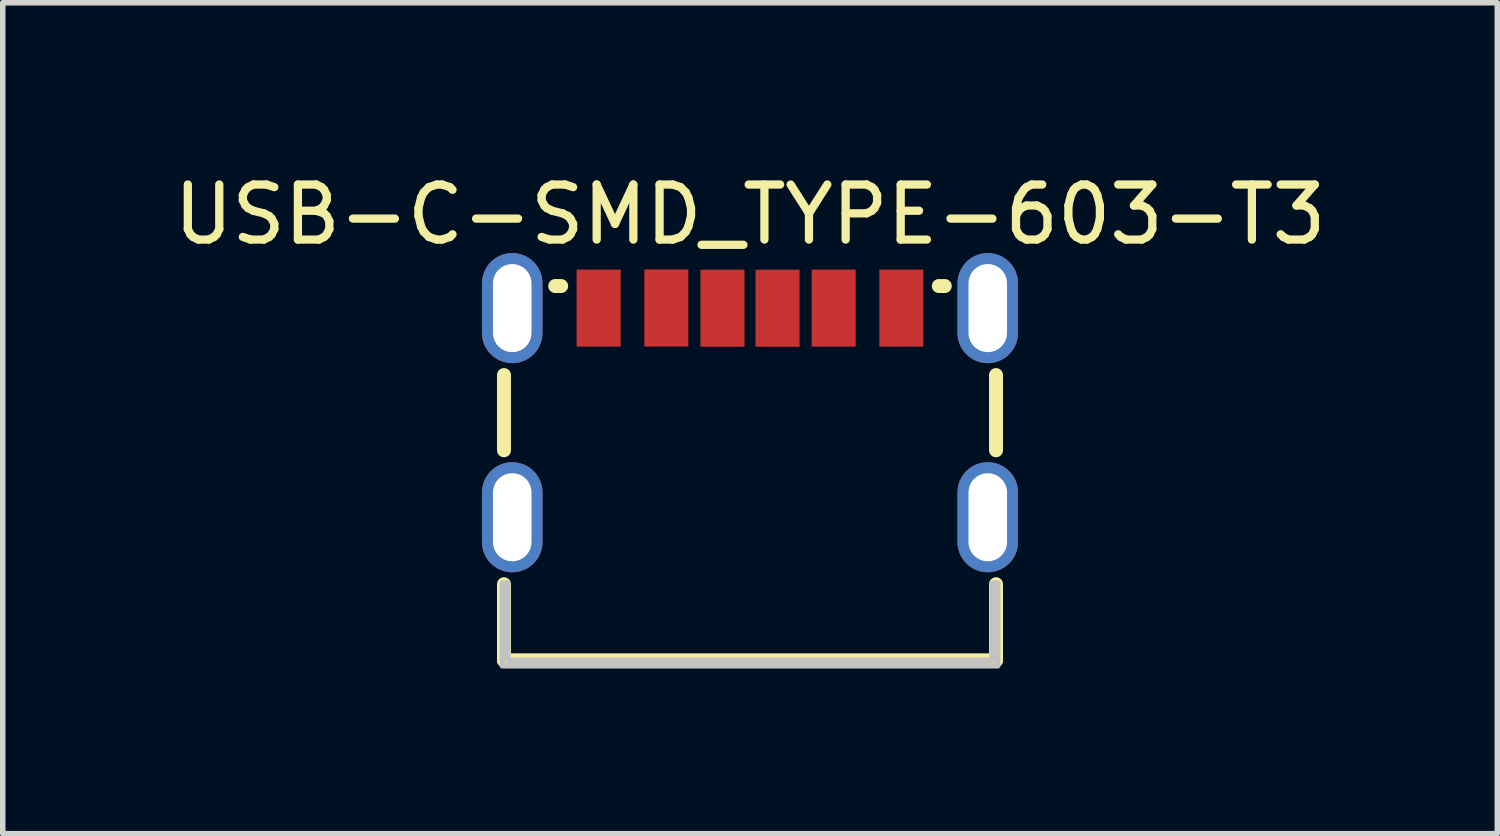
<source format=kicad_pcb>
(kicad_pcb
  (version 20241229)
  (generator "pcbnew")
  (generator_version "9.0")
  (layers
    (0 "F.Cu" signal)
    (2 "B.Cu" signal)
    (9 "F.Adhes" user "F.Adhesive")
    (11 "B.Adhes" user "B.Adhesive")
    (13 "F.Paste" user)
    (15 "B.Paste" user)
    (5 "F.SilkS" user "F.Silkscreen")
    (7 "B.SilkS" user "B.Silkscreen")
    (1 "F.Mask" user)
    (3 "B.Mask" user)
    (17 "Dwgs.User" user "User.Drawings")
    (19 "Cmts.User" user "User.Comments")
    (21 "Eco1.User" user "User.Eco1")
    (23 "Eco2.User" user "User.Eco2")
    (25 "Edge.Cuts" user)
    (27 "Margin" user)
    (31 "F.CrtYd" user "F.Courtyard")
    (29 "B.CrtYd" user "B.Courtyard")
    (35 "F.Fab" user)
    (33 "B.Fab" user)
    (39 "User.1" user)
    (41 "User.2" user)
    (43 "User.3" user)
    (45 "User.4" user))
  (footprint "USB-C-SMD_TYPE-603-T3"
    (layer "F.Cu")
    (at 10.577 4.447)
    (property "Reference" "USB-C-SMD_TYPE-603-T3" (at 0 -3.599 0) (unlocked yes) (layer "F.SilkS") (effects (font (size 1 1) (thickness 0.15))))
    (fp_line (start -4.47 0.684) (end -4.47 -0.682) (stroke (width 0.254) (type default)) (layer "F.SilkS"))
    (fp_line (start -4.47 4.501) (end -4.47 3.118) (stroke (width 0.254) (type default)) (layer "F.SilkS"))
    (fp_line (start -3.539 -2.3) (end -3.431 -2.3) (stroke (width 0.254) (type default)) (layer "F.SilkS"))
    (fp_line (start 3.431 -2.3) (end 3.539 -2.3) (stroke (width 0.254) (type default)) (layer "F.SilkS"))
    (fp_line (start 4.47 0.684) (end 4.47 -0.682) (stroke (width 0.254) (type default)) (layer "F.SilkS"))
    (fp_line (start 4.47 4.501) (end -4.47 4.501) (stroke (width 0.254) (type default)) (layer "F.SilkS"))
    (fp_line (start 4.47 4.501) (end 4.47 3.118) (stroke (width 0.254) (type default)) (layer "F.SilkS"))
    (fp_poly (pts (xy -3.15 -2.599) (xy -2.35 -2.599) (xy -2.35 -1.199) (xy -3.15 -1.199)) (stroke (width 0) (type default)) (fill yes) (layer "F.Paste"))
    (fp_poly (pts (xy -1.92 -2.601) (xy -1.12 -2.601) (xy -1.12 -1.201) (xy -1.92 -1.201)) (stroke (width 0) (type default)) (fill yes) (layer "F.Paste"))
    (fp_poly (pts (xy -0.9 -2.597) (xy -0.1 -2.597) (xy -0.1 -1.197) (xy -0.9 -1.197)) (stroke (width 0) (type default)) (fill yes) (layer "F.Paste"))
    (fp_poly (pts (xy 0.1 -2.597) (xy 0.9 -2.597) (xy 0.9 -1.197) (xy 0.1 -1.197)) (stroke (width 0) (type default)) (fill yes) (layer "F.Paste"))
    (fp_poly (pts (xy 1.12 -2.599) (xy 1.92 -2.599) (xy 1.92 -1.198) (xy 1.12 -1.198)) (stroke (width 0) (type default)) (fill yes) (layer "F.Paste"))
    (fp_poly (pts (xy 2.35 -2.599) (xy 3.15 -2.599) (xy 3.15 -1.199) (xy 2.35 -1.199)) (stroke (width 0) (type default)) (fill yes) (layer "F.Paste"))
    (fp_poly (pts (xy -4.279 -2.897) (xy -4.306 -2.899) (xy -4.333 -2.899) (xy -4.361 -2.897) (xy -4.388 -2.895) (xy -4.415 -2.891) (xy -4.442 -2.885) (xy -4.469 -2.878) (xy -4.495 -2.87) (xy -4.521 -2.861) (xy -4.546 -2.85) (xy -4.571 -2.838) (xy -4.595 -2.825) (xy -4.619 -2.811) (xy -4.641 -2.796) (xy -4.663 -2.779) (xy -4.684 -2.761) (xy -4.704 -2.743) (xy -4.723 -2.724) (xy -4.742 -2.703) (xy -4.758 -2.682) (xy -4.774 -2.659) (xy -4.79 -2.636) (xy -4.803 -2.612) (xy -4.816 -2.588) (xy -4.827 -2.563) (xy -4.837 -2.538) (xy -4.846 -2.511) (xy -4.853 -2.485) (xy -4.859 -2.458) (xy -4.864 -2.431) (xy -4.867 -2.404) (xy -4.87 -2.377) (xy -4.87 -2.349) (xy -4.87 -1.449) (xy -4.87 -1.421) (xy -4.867 -1.395) (xy -4.864 -1.367) (xy -4.859 -1.34) (xy -4.853 -1.313) (xy -4.846 -1.287) (xy -4.837 -1.261) (xy -4.827 -1.236) (xy -4.816 -1.21) (xy -4.803 -1.186) (xy -4.79 -1.163) (xy -4.774 -1.139) (xy -4.758 -1.117) (xy -4.742 -1.095) (xy -4.723 -1.075) (xy -4.704 -1.056) (xy -4.684 -1.037) (xy -4.663 -1.019) (xy -4.641 -1.002) (xy -4.619 -0.987) (xy -4.595 -0.973) (xy -4.571 -0.96) (xy -4.546 -0.948) (xy -4.521 -0.937) (xy -4.495 -0.928) (xy -4.469 -0.919) (xy -4.442 -0.913) (xy -4.415 -0.907) (xy -4.388 -0.903) (xy -4.361 -0.9) (xy -4.333 -0.899) (xy -4.306 -0.899) (xy -4.279 -0.9) (xy -4.252 -0.903) (xy -4.224 -0.907) (xy -4.197 -0.913) (xy -4.171 -0.919) (xy -4.145 -0.928) (xy -4.119 -0.937) (xy -4.094 -0.948) (xy -4.069 -0.96) (xy -4.045 -0.973) (xy -4.021 -0.987) (xy -3.999 -1.002) (xy -3.977 -1.019) (xy -3.956 -1.037) (xy -3.936 -1.056) (xy -3.917 -1.075) (xy -3.898 -1.095) (xy -3.881 -1.117) (xy -3.865 -1.139) (xy -3.85 -1.163) (xy -3.837 -1.186) (xy -3.825 -1.21) (xy -3.813 -1.236) (xy -3.803 -1.261) (xy -3.795 -1.287) (xy -3.787 -1.313) (xy -3.781 -1.34) (xy -3.776 -1.367) (xy -3.773 -1.395) (xy -3.771 -1.421) (xy -3.77 -1.449) (xy -3.77 -2.349) (xy -3.771 -2.377) (xy -3.773 -2.404) (xy -3.776 -2.431) (xy -3.781 -2.458) (xy -3.787 -2.485) (xy -3.795 -2.511) (xy -3.803 -2.538) (xy -3.813 -2.563) (xy -3.825 -2.588) (xy -3.837 -2.612) (xy -3.85 -2.636) (xy -3.865 -2.659) (xy -3.881 -2.682) (xy -3.898 -2.703) (xy -3.917 -2.724) (xy -3.936 -2.743) (xy -3.956 -2.761) (xy -3.977 -2.779) (xy -3.999 -2.796) (xy -4.021 -2.811) (xy -4.045 -2.825) (xy -4.069 -2.838) (xy -4.094 -2.85) (xy -4.119 -2.861) (xy -4.145 -2.87) (xy -4.171 -2.878) (xy -4.197 -2.885) (xy -4.224 -2.891) (xy -4.252 -2.895)) (stroke (width 0) (type default)) (fill yes) (layer "F.Paste"))
    (fp_poly (pts (xy -4.279 0.902) (xy -4.306 0.901) (xy -4.333 0.901) (xy -4.361 0.902) (xy -4.388 0.905) (xy -4.415 0.909) (xy -4.442 0.914) (xy -4.469 0.921) (xy -4.495 0.929) (xy -4.521 0.939) (xy -4.546 0.95) (xy -4.571 0.962) (xy -4.595 0.975) (xy -4.619 0.989) (xy -4.641 1.004) (xy -4.663 1.021) (xy -4.684 1.038) (xy -4.704 1.057) (xy -4.723 1.077) (xy -4.742 1.097) (xy -4.758 1.119) (xy -4.774 1.141) (xy -4.79 1.164) (xy -4.803 1.188) (xy -4.816 1.212) (xy -4.827 1.238) (xy -4.837 1.263) (xy -4.846 1.289) (xy -4.853 1.315) (xy -4.859 1.342) (xy -4.864 1.369) (xy -4.867 1.396) (xy -4.87 1.423) (xy -4.87 1.451) (xy -4.87 2.351) (xy -4.87 2.378) (xy -4.867 2.405) (xy -4.864 2.433) (xy -4.859 2.46) (xy -4.853 2.486) (xy -4.846 2.513) (xy -4.837 2.539) (xy -4.827 2.564) (xy -4.816 2.59) (xy -4.803 2.614) (xy -4.79 2.638) (xy -4.774 2.661) (xy -4.758 2.683) (xy -4.742 2.704) (xy -4.723 2.725) (xy -4.704 2.744) (xy -4.684 2.764) (xy -4.663 2.781) (xy -4.641 2.797) (xy -4.619 2.813) (xy -4.595 2.828) (xy -4.571 2.841) (xy -4.546 2.853) (xy -4.521 2.863) (xy -4.495 2.873) (xy -4.469 2.881) (xy -4.442 2.887) (xy -4.415 2.893) (xy -4.388 2.897) (xy -4.361 2.9) (xy -4.333 2.901) (xy -4.306 2.901) (xy -4.279 2.9) (xy -4.252 2.897) (xy -4.224 2.893) (xy -4.197 2.887) (xy -4.171 2.881) (xy -4.145 2.873) (xy -4.119 2.863) (xy -4.094 2.853) (xy -4.069 2.841) (xy -4.045 2.828) (xy -4.021 2.813) (xy -3.999 2.797) (xy -3.977 2.781) (xy -3.956 2.764) (xy -3.936 2.744) (xy -3.917 2.725) (xy -3.898 2.704) (xy -3.881 2.683) (xy -3.865 2.661) (xy -3.85 2.638) (xy -3.837 2.614) (xy -3.825 2.59) (xy -3.813 2.564) (xy -3.803 2.539) (xy -3.795 2.513) (xy -3.787 2.486) (xy -3.781 2.46) (xy -3.776 2.433) (xy -3.773 2.405) (xy -3.771 2.378) (xy -3.77 2.351) (xy -3.77 1.451) (xy -3.771 1.423) (xy -3.773 1.396) (xy -3.776 1.369) (xy -3.781 1.342) (xy -3.787 1.315) (xy -3.795 1.289) (xy -3.803 1.263) (xy -3.813 1.238) (xy -3.825 1.212) (xy -3.837 1.188) (xy -3.85 1.164) (xy -3.865 1.141) (xy -3.881 1.119) (xy -3.898 1.097) (xy -3.917 1.077) (xy -3.936 1.057) (xy -3.956 1.038) (xy -3.977 1.021) (xy -3.999 1.004) (xy -4.021 0.989) (xy -4.045 0.975) (xy -4.069 0.962) (xy -4.094 0.95) (xy -4.119 0.939) (xy -4.145 0.929) (xy -4.171 0.921) (xy -4.197 0.914) (xy -4.224 0.909) (xy -4.252 0.905)) (stroke (width 0) (type default)) (fill yes) (layer "F.Paste"))
    (fp_poly (pts (xy 4.361 -2.897) (xy 4.333 -2.899) (xy 4.306 -2.899) (xy 4.279 -2.897) (xy 4.252 -2.895) (xy 4.224 -2.891) (xy 4.197 -2.885) (xy 4.171 -2.878) (xy 4.145 -2.87) (xy 4.119 -2.861) (xy 4.094 -2.85) (xy 4.069 -2.838) (xy 4.045 -2.825) (xy 4.021 -2.811) (xy 3.999 -2.796) (xy 3.977 -2.779) (xy 3.956 -2.761) (xy 3.936 -2.743) (xy 3.917 -2.724) (xy 3.898 -2.703) (xy 3.881 -2.682) (xy 3.865 -2.659) (xy 3.85 -2.636) (xy 3.837 -2.612) (xy 3.825 -2.588) (xy 3.813 -2.563) (xy 3.803 -2.538) (xy 3.795 -2.511) (xy 3.787 -2.485) (xy 3.781 -2.458) (xy 3.776 -2.431) (xy 3.773 -2.404) (xy 3.771 -2.377) (xy 3.77 -2.349) (xy 3.77 -1.449) (xy 3.771 -1.421) (xy 3.773 -1.395) (xy 3.776 -1.367) (xy 3.781 -1.34) (xy 3.787 -1.313) (xy 3.795 -1.287) (xy 3.803 -1.261) (xy 3.813 -1.236) (xy 3.825 -1.21) (xy 3.837 -1.186) (xy 3.85 -1.163) (xy 3.865 -1.139) (xy 3.881 -1.117) (xy 3.898 -1.095) (xy 3.917 -1.075) (xy 3.936 -1.056) (xy 3.956 -1.037) (xy 3.977 -1.019) (xy 3.999 -1.002) (xy 4.021 -0.987) (xy 4.045 -0.973) (xy 4.069 -0.96) (xy 4.094 -0.948) (xy 4.119 -0.937) (xy 4.145 -0.928) (xy 4.171 -0.919) (xy 4.197 -0.913) (xy 4.224 -0.907) (xy 4.252 -0.903) (xy 4.279 -0.9) (xy 4.306 -0.899) (xy 4.333 -0.899) (xy 4.361 -0.9) (xy 4.388 -0.903) (xy 4.415 -0.907) (xy 4.442 -0.913) (xy 4.469 -0.919) (xy 4.495 -0.928) (xy 4.521 -0.937) (xy 4.546 -0.948) (xy 4.571 -0.96) (xy 4.595 -0.973) (xy 4.619 -0.987) (xy 4.641 -1.002) (xy 4.663 -1.019) (xy 4.684 -1.037) (xy 4.704 -1.056) (xy 4.723 -1.075) (xy 4.742 -1.095) (xy 4.758 -1.117) (xy 4.774 -1.139) (xy 4.79 -1.163) (xy 4.803 -1.186) (xy 4.816 -1.21) (xy 4.827 -1.236) (xy 4.837 -1.261) (xy 4.846 -1.287) (xy 4.853 -1.313) (xy 4.859 -1.34) (xy 4.864 -1.367) (xy 4.867 -1.395) (xy 4.87 -1.421) (xy 4.87 -1.449) (xy 4.87 -2.349) (xy 4.87 -2.377) (xy 4.867 -2.404) (xy 4.864 -2.431) (xy 4.859 -2.458) (xy 4.853 -2.485) (xy 4.846 -2.511) (xy 4.837 -2.538) (xy 4.827 -2.563) (xy 4.816 -2.588) (xy 4.803 -2.612) (xy 4.79 -2.636) (xy 4.774 -2.659) (xy 4.758 -2.682) (xy 4.742 -2.703) (xy 4.723 -2.724) (xy 4.704 -2.743) (xy 4.684 -2.761) (xy 4.663 -2.779) (xy 4.641 -2.796) (xy 4.619 -2.811) (xy 4.595 -2.825) (xy 4.571 -2.838) (xy 4.546 -2.85) (xy 4.521 -2.861) (xy 4.495 -2.87) (xy 4.469 -2.878) (xy 4.442 -2.885) (xy 4.415 -2.891) (xy 4.388 -2.895)) (stroke (width 0) (type default)) (fill yes) (layer "F.Paste"))
    (fp_poly (pts (xy 4.361 0.902) (xy 4.333 0.901) (xy 4.306 0.901) (xy 4.279 0.902) (xy 4.252 0.905) (xy 4.224 0.909) (xy 4.197 0.914) (xy 4.171 0.921) (xy 4.145 0.929) (xy 4.119 0.939) (xy 4.094 0.95) (xy 4.069 0.962) (xy 4.045 0.975) (xy 4.021 0.989) (xy 3.999 1.004) (xy 3.977 1.021) (xy 3.956 1.038) (xy 3.936 1.057) (xy 3.917 1.077) (xy 3.898 1.097) (xy 3.881 1.119) (xy 3.865 1.141) (xy 3.85 1.164) (xy 3.837 1.188) (xy 3.825 1.212) (xy 3.813 1.238) (xy 3.803 1.263) (xy 3.795 1.289) (xy 3.787 1.315) (xy 3.781 1.342) (xy 3.776 1.369) (xy 3.773 1.396) (xy 3.771 1.423) (xy 3.77 1.451) (xy 3.77 2.351) (xy 3.771 2.378) (xy 3.773 2.405) (xy 3.776 2.433) (xy 3.781 2.46) (xy 3.787 2.486) (xy 3.795 2.513) (xy 3.803 2.539) (xy 3.813 2.564) (xy 3.825 2.59) (xy 3.837 2.614) (xy 3.85 2.638) (xy 3.865 2.661) (xy 3.881 2.683) (xy 3.898 2.704) (xy 3.917 2.725) (xy 3.936 2.744) (xy 3.956 2.764) (xy 3.977 2.781) (xy 3.999 2.797) (xy 4.021 2.813) (xy 4.045 2.828) (xy 4.069 2.841) (xy 4.094 2.853) (xy 4.119 2.863) (xy 4.145 2.873) (xy 4.171 2.881) (xy 4.197 2.887) (xy 4.224 2.893) (xy 4.252 2.897) (xy 4.279 2.9) (xy 4.306 2.901) (xy 4.333 2.901) (xy 4.361 2.9) (xy 4.388 2.897) (xy 4.415 2.893) (xy 4.442 2.887) (xy 4.469 2.881) (xy 4.495 2.873) (xy 4.521 2.863) (xy 4.546 2.853) (xy 4.571 2.841) (xy 4.595 2.828) (xy 4.619 2.813) (xy 4.641 2.797) (xy 4.663 2.781) (xy 4.684 2.764) (xy 4.704 2.744) (xy 4.723 2.725) (xy 4.742 2.704) (xy 4.758 2.683) (xy 4.774 2.661) (xy 4.79 2.638) (xy 4.803 2.614) (xy 4.816 2.59) (xy 4.827 2.564) (xy 4.837 2.539) (xy 4.846 2.513) (xy 4.853 2.486) (xy 4.859 2.46) (xy 4.864 2.433) (xy 4.867 2.405) (xy 4.87 2.378) (xy 4.87 2.351) (xy 4.87 1.451) (xy 4.87 1.423) (xy 4.867 1.396) (xy 4.864 1.369) (xy 4.859 1.342) (xy 4.853 1.315) (xy 4.846 1.289) (xy 4.837 1.263) (xy 4.827 1.238) (xy 4.816 1.212) (xy 4.803 1.188) (xy 4.79 1.164) (xy 4.774 1.141) (xy 4.758 1.119) (xy 4.742 1.097) (xy 4.723 1.077) (xy 4.704 1.057) (xy 4.684 1.038) (xy 4.663 1.021) (xy 4.641 1.004) (xy 4.619 0.989) (xy 4.595 0.975) (xy 4.571 0.962) (xy 4.546 0.95) (xy 4.521 0.939) (xy 4.495 0.929) (xy 4.469 0.921) (xy 4.442 0.914) (xy 4.415 0.909) (xy 4.388 0.905)) (stroke (width 0) (type default)) (fill yes) (layer "F.Paste"))
    (fp_poly (pts (xy -4.5 4.6) (xy -4.5 3.14) (xy -4.5 3.1) (xy -4.4 3.1) (xy -4.4 4.5) (xy 4.4 4.5) (xy 4.4 3.1) (xy 4.5 3.1) (xy 4.5 4.6)) (stroke (width 0.1) (type default)) (fill no) (layer "Dwgs.User"))
    (fp_poly (pts (xy -4.47 -2.299) (xy -4.17 -2.299) (xy -4.17 -1.499) (xy -4.47 -1.499)) (stroke (width 0.1) (type default)) (fill no) (layer "User.1"))
    (fp_poly (pts (xy -4.47 1.501) (xy -4.17 1.501) (xy -4.17 2.301) (xy -4.47 2.301)) (stroke (width 0.1) (type default)) (fill no) (layer "User.1"))
    (fp_poly (pts (xy -3.05 -2.299) (xy -2.45 -2.299) (xy -2.45 -1.699) (xy -3.05 -1.699)) (stroke (width 0.1) (type default)) (fill no) (layer "User.1"))
    (fp_poly (pts (xy -1.8 -2.299) (xy -1.24 -2.299) (xy -1.24 -1.699) (xy -1.8 -1.699)) (stroke (width 0.1) (type default)) (fill no) (layer "User.1"))
    (fp_poly (pts (xy -0.76 -2.299) (xy -0.24 -2.299) (xy -0.24 -1.699) (xy -0.76 -1.699)) (stroke (width 0.1) (type default)) (fill no) (layer "User.1"))
    (fp_poly (pts (xy 0.24 -2.299) (xy 0.76 -2.299) (xy 0.76 -1.699) (xy 0.24 -1.699)) (stroke (width 0.1) (type default)) (fill no) (layer "User.1"))
    (fp_poly (pts (xy 1.24 -2.299) (xy 1.8 -2.299) (xy 1.8 -1.699) (xy 1.24 -1.699)) (stroke (width 0.1) (type default)) (fill no) (layer "User.1"))
    (fp_poly (pts (xy 2.45 -2.299) (xy 3.05 -2.299) (xy 3.05 -1.699) (xy 2.45 -1.699)) (stroke (width 0.1) (type default)) (fill no) (layer "User.1"))
    (fp_poly (pts (xy 4.17 -2.299) (xy 4.47 -2.299) (xy 4.47 -1.499) (xy 4.17 -1.499)) (stroke (width 0.1) (type default)) (fill no) (layer "User.1"))
    (fp_poly (pts (xy 4.17 1.501) (xy 4.47 1.501) (xy 4.47 2.301) (xy 4.17 2.301)) (stroke (width 0.1) (type default)) (fill no) (layer "User.1"))
    (fp_line (start -4.47 -2.299) (end 4.47 -2.299) (stroke (width 0.051) (type default)) (layer "User.2"))
    (fp_line (start -4.47 4.501) (end -4.47 -2.299) (stroke (width 0.051) (type default)) (layer "User.2"))
    (fp_line (start 4.47 -2.299) (end 4.47 4.501) (stroke (width 0.051) (type default)) (layer "User.2"))
    (fp_line (start 4.47 4.501) (end -4.47 4.501) (stroke (width 0.051) (type default)) (layer "User.2"))
    (fp_poly (pts (xy -4.41 -2.299) (xy -4.428 -2.341) (xy -4.47 -2.359) (xy -4.512 -2.341) (xy -4.53 -2.299) (xy -4.512 -2.257) (xy -4.47 -2.239) (xy -4.428 -2.257)) (stroke (width 0.1) (type default)) (fill no) (layer "User.3"))
    (pad "0" thru_hole oval (at -4.32 -1.899) (size 1.1 2) (drill oval 0.7 1.6) (layers "*.Cu" "*.Mask"))
    (pad "0" thru_hole oval (at -4.32 1.901) (size 1.1 2) (drill oval 0.7 1.6) (layers "*.Cu" "*.Mask"))
    (pad "0" thru_hole oval (at 4.32 -1.899) (size 1.1 2) (drill oval 0.7 1.6) (layers "*.Cu" "*.Mask"))
    (pad "0" thru_hole oval (at 4.32 1.901) (size 1.1 2) (drill oval 0.7 1.6) (layers "*.Cu" "*.Mask"))
    (pad "A5" smd rect (at -0.5 -1.897) (size 0.8 1.4) (layers "F.Cu" "F.Mask" "F.Paste"))
    (pad "A9" smd rect (at 1.52 -1.899) (size 0.8 1.4) (layers "F.Cu" "F.Mask" "F.Paste"))
    (pad "A12" smd rect (at 2.75 -1.899) (size 0.8 1.4) (layers "F.Cu" "F.Mask" "F.Paste"))
    (pad "B5" smd rect (at 0.5 -1.897) (size 0.8 1.4) (layers "F.Cu" "F.Mask" "F.Paste"))
    (pad "B9" smd rect (at -1.52 -1.901) (size 0.8 1.4) (layers "F.Cu" "F.Mask" "F.Paste"))
    (pad "B12" smd rect (at -2.75 -1.899) (size 0.8 1.4) (layers "F.Cu" "F.Mask" "F.Paste")))
  (gr_rect
    (start -3 -3)
    (end 24.155 12.097)
    (stroke (width 0.1) (type default))
    (fill no)
    (layer "Edge.Cuts")))
</source>
